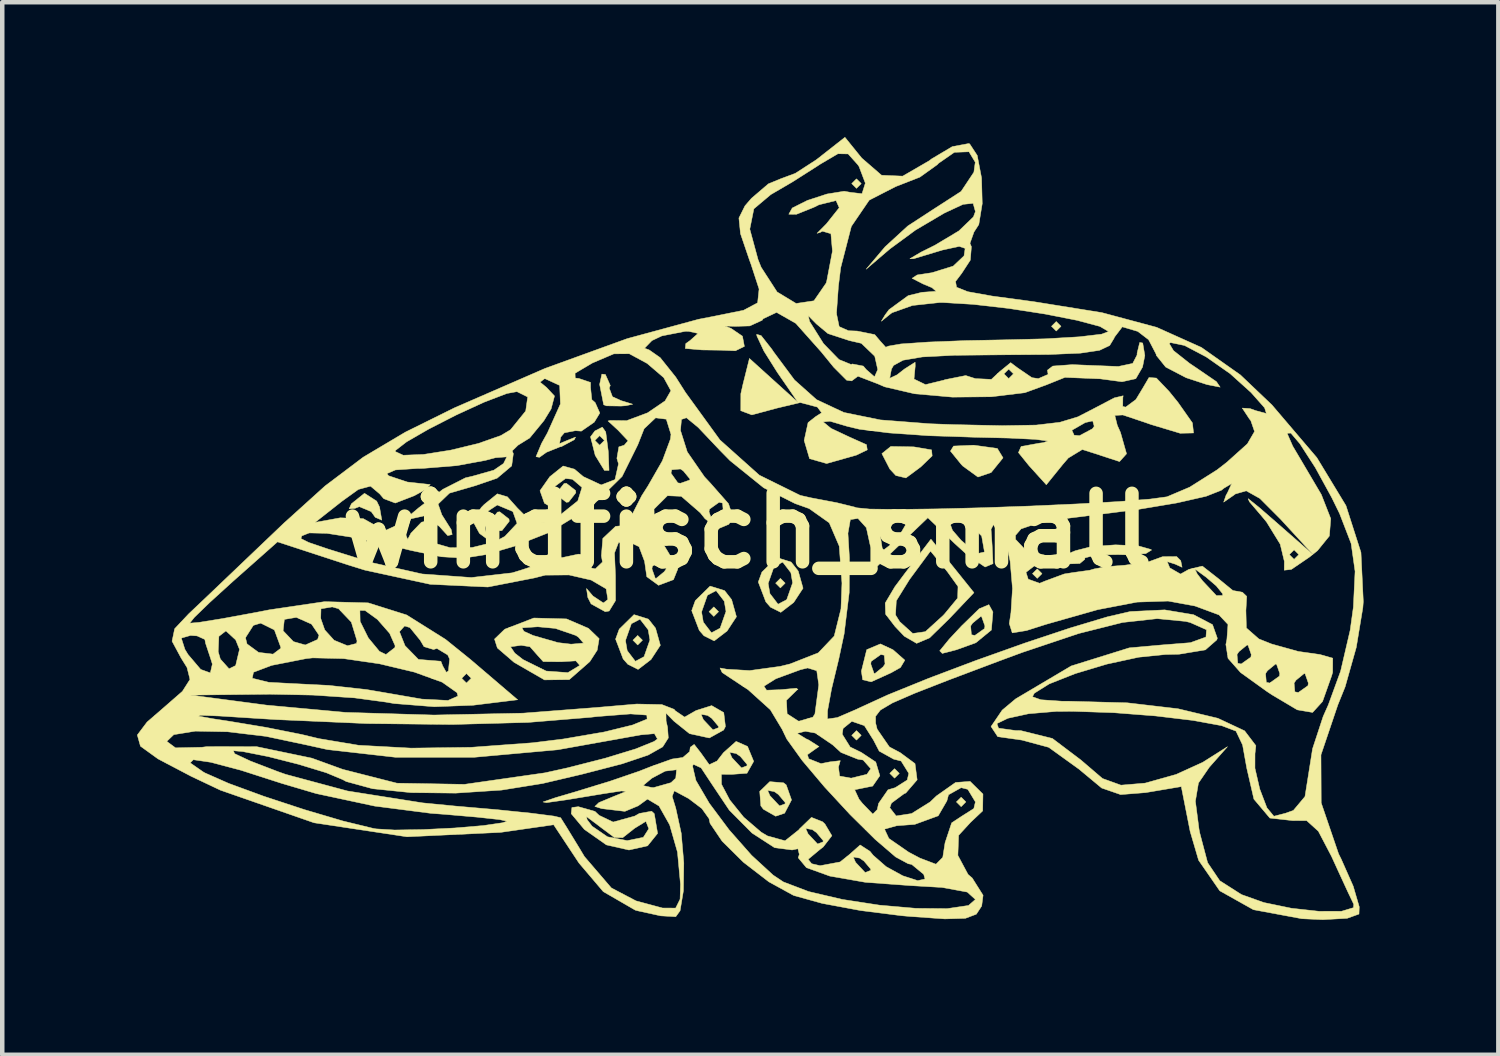
<source format=kicad_pcb>
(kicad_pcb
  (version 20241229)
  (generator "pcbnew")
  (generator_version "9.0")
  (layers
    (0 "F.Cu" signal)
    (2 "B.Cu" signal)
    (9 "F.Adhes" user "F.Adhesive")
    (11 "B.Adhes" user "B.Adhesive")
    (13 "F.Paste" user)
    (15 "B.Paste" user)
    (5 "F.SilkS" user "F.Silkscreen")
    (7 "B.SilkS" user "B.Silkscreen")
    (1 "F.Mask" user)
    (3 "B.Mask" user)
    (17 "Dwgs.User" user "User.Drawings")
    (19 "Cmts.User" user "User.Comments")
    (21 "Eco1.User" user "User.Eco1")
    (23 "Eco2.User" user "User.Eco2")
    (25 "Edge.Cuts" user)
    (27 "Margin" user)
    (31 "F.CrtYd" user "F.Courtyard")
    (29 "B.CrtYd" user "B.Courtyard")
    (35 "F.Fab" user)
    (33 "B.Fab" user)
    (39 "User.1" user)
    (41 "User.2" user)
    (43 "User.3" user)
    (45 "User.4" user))
  (footprint "windfisch_small"
    (layer "F.Cu")
    (at 13.573 8.761)
    (property "Reference" "windfisch_small" (at 0 0 0) (layer "F.SilkS") (effects (font (size 1.524 1.524) (thickness 0.3))))
    (attr through_hole)
    (fp_poly (pts (xy -2.328 2.434) (xy -2.434 2.54) (xy -2.54 2.434) (xy -2.434 2.328) (xy -2.328 2.434)) (stroke (width 0.01) (type solid)) (fill yes) (layer "F.SilkS"))
    (fp_poly (pts (xy -0.635 1.799) (xy -0.741 1.905) (xy -0.847 1.799) (xy -0.741 1.693) (xy -0.635 1.799)) (stroke (width 0.01) (type solid)) (fill yes) (layer "F.SilkS"))
    (fp_poly (pts (xy 0.847 1.164) (xy 0.741 1.27) (xy 0.635 1.164) (xy 0.741 1.058) (xy 0.847 1.164)) (stroke (width 0.01) (type solid)) (fill yes) (layer "F.SilkS"))
    (fp_poly (pts (xy 2.54 -7.726) (xy 2.434 -7.62) (xy 2.328 -7.726) (xy 2.434 -7.832) (xy 2.54 -7.726)) (stroke (width 0.01) (type solid)) (fill yes) (layer "F.SilkS"))
    (fp_poly (pts (xy 2.54 4.551) (xy 2.434 4.657) (xy 2.328 4.551) (xy 2.434 4.445) (xy 2.54 4.551)) (stroke (width 0.01) (type solid)) (fill yes) (layer "F.SilkS"))
    (fp_poly (pts (xy 3.387 5.397) (xy 3.281 5.503) (xy 3.175 5.397) (xy 3.281 5.292) (xy 3.387 5.397)) (stroke (width 0.01) (type solid)) (fill yes) (layer "F.SilkS"))
    (fp_poly (pts (xy 4.868 6.032) (xy 4.763 6.138) (xy 4.657 6.032) (xy 4.763 5.927) (xy 4.868 6.032)) (stroke (width 0.01) (type solid)) (fill yes) (layer "F.SilkS"))
    (fp_poly (pts (xy 6.562 0.953) (xy 6.456 1.058) (xy 6.35 0.953) (xy 6.456 0.847) (xy 6.562 0.953)) (stroke (width 0.01) (type solid)) (fill yes) (layer "F.SilkS"))
    (fp_poly (pts (xy 6.985 -4.551) (xy 6.879 -4.445) (xy 6.773 -4.551) (xy 6.879 -4.657) (xy 6.985 -4.551)) (stroke (width 0.01) (type solid)) (fill yes) (layer "F.SilkS"))
    (fp_poly (pts (xy -5.298 -0.262) (xy -5.292 -0.212) (xy -5.453 -0.006) (xy -5.503 0) (xy -5.709 -0.161) (xy -5.715 -0.212) (xy -5.554 -0.417) (xy -5.503 -0.423) (xy -5.298 -0.262)) (stroke (width 0.01) (type solid)) (fill yes) (layer "F.SilkS"))
    (fp_poly (pts (xy -3.816 -0.897) (xy -3.81 -0.847) (xy -3.971 -0.641) (xy -4.022 -0.635) (xy -4.227 -0.796) (xy -4.233 -0.847) (xy -4.072 -1.052) (xy -4.022 -1.058) (xy -3.816 -0.897)) (stroke (width 0.01) (type solid)) (fill yes) (layer "F.SilkS"))
    (fp_poly (pts (xy 3.71 -1.868) (xy 4.105 -1.801) (xy 4.118 -1.667) (xy 3.865 -1.423) (xy 3.534 -1.177) (xy 3.31 -1.23) (xy 3.175 -1.376) (xy 2.999 -1.718) (xy 3.197 -1.877) (xy 3.71 -1.868)) (stroke (width 0.01) (type solid)) (fill yes) (layer "F.SilkS"))
    (fp_poly (pts (xy -8.242 -0.661) (xy -8.178 -0.529) (xy -8.128 -0.238) (xy -8.273 -0.3) (xy -8.363 -0.427) (xy -8.628 -0.538) (xy -8.726 -0.5) (xy -8.855 -0.49) (xy -8.804 -0.602) (xy -8.513 -0.835) (xy -8.242 -0.661)) (stroke (width 0.01) (type solid)) (fill yes) (layer "F.SilkS"))
    (fp_poly (pts (xy 5.568 -1.833) (xy 5.695 -1.624) (xy 5.43 -1.297) (xy 5.137 -1.197) (xy 4.799 -1.442) (xy 4.762 -1.482) (xy 4.525 -1.774) (xy 4.594 -1.886) (xy 5.027 -1.905) (xy 5.047 -1.905) (xy 5.568 -1.833)) (stroke (width 0.01) (type solid)) (fill yes) (layer "F.SilkS"))
    (fp_poly (pts (xy -3.153 -3.479) (xy -3.044 -3.235) (xy -3.068 -3.176) (xy -2.996 -2.984) (xy -2.807 -2.898) (xy -2.546 -2.817) (xy -2.696 -2.784) (xy -2.805 -2.776) (xy -3.128 -2.781) (xy -3.191 -2.805) (xy -3.281 -3.258) (xy -3.231 -3.487) (xy -3.153 -3.479)) (stroke (width 0.01) (type solid)) (fill yes) (layer "F.SilkS"))
    (fp_poly (pts (xy -3.145 -2.199) (xy -3.091 -1.787) (xy -3.087 -1.746) (xy -3.072 -1.344) (xy -3.174 -1.344) (xy -3.38 -1.68) (xy -3.463 -2.011) (xy -3.387 -2.011) (xy -3.281 -1.905) (xy -3.175 -2.011) (xy -3.281 -2.117) (xy -3.387 -2.011) (xy -3.463 -2.011) (xy -3.484 -2.092) (xy -3.387 -2.222) (xy -3.221 -2.307) (xy -3.145 -2.199)) (stroke (width 0.01) (type solid)) (fill yes) (layer "F.SilkS"))
    (fp_poly (pts (xy 0.812 5.607) (xy 0.871 5.654) (xy 0.989 5.988) (xy 0.835 6.283) (xy 0.635 6.35) (xy 0.364 6.196) (xy 0.306 6.12) (xy 0.281 5.797) (xy 0.304 5.776) (xy 0.457 5.776) (xy 0.509 5.894) (xy 0.722 6.121) (xy 0.845 6.075) (xy 0.847 6.045) (xy 0.696 5.866) (xy 0.602 5.801) (xy 0.457 5.776) (xy 0.304 5.776) (xy 0.505 5.581) (xy 0.812 5.607)) (stroke (width 0.01) (type solid)) (fill yes) (layer "F.SilkS"))
    (fp_poly (pts (xy 11.398 -0.516) (xy 11.748 -0.212) (xy 12.588 0.524) (xy 12.51 0.586) (xy 12.109 0.859) (xy 11.952 0.876) (xy 11.954 0.679) (xy 11.918 0.529) (xy 12.065 0.529) (xy 12.171 0.635) (xy 12.277 0.529) (xy 12.171 0.423) (xy 12.065 0.529) (xy 11.918 0.529) (xy 11.862 0.297) (xy 11.558 -0.197) (xy 11.458 -0.318) (xy 11.177 -0.647) (xy 11.149 -0.716) (xy 11.398 -0.516)) (stroke (width 0.01) (type solid)) (fill yes) (layer "F.SilkS"))
    (fp_poly (pts (xy 3.247 2.647) (xy 3.51 2.878) (xy 3.413 3.041) (xy 3.206 3.158) (xy 2.761 3.36) (xy 2.572 3.314) (xy 2.543 3.122) (xy 2.583 2.963) (xy 2.752 2.963) (xy 2.824 3.169) (xy 2.845 3.175) (xy 3.026 3.027) (xy 3.069 2.963) (xy 3.052 2.768) (xy 2.976 2.752) (xy 2.76 2.905) (xy 2.752 2.963) (xy 2.583 2.963) (xy 2.662 2.644) (xy 2.966 2.516) (xy 3.247 2.647)) (stroke (width 0.01) (type solid)) (fill yes) (layer "F.SilkS"))
    (fp_poly (pts (xy -2.195 1.965) (xy -2.037 2.166) (xy -1.93 2.547) (xy -2.138 2.864) (xy -2.425 3.084) (xy -2.653 2.97) (xy -2.758 2.85) (xy -2.914 2.44) (xy -2.706 2.44) (xy -2.667 2.667) (xy -2.486 2.903) (xy -2.293 2.801) (xy -2.162 2.428) (xy -2.201 2.201) (xy -2.382 1.966) (xy -2.575 2.067) (xy -2.706 2.44) (xy -2.914 2.44) (xy -2.926 2.41) (xy -2.845 2.188) (xy -2.516 1.865) (xy -2.195 1.965)) (stroke (width 0.01) (type solid)) (fill yes) (layer "F.SilkS"))
    (fp_poly (pts (xy -0.501 1.33) (xy -0.344 1.531) (xy -0.237 1.912) (xy -0.445 2.229) (xy -0.732 2.449) (xy -0.96 2.335) (xy -1.064 2.215) (xy -1.221 1.805) (xy -1.013 1.805) (xy -0.974 2.032) (xy -0.793 2.268) (xy -0.6 2.166) (xy -0.469 1.793) (xy -0.508 1.566) (xy -0.689 1.331) (xy -0.882 1.432) (xy -1.013 1.805) (xy -1.221 1.805) (xy -1.232 1.775) (xy -1.152 1.553) (xy -0.823 1.23) (xy -0.501 1.33)) (stroke (width 0.01) (type solid)) (fill yes) (layer "F.SilkS"))
    (fp_poly (pts (xy 0.98 0.695) (xy 1.138 0.896) (xy 1.245 1.277) (xy 1.037 1.594) (xy 0.75 1.814) (xy 0.522 1.7) (xy 0.417 1.58) (xy 0.261 1.17) (xy 0.469 1.17) (xy 0.508 1.397) (xy 0.689 1.633) (xy 0.882 1.531) (xy 1.013 1.158) (xy 0.974 0.931) (xy 0.793 0.696) (xy 0.6 0.797) (xy 0.469 1.17) (xy 0.261 1.17) (xy 0.249 1.14) (xy 0.33 0.918) (xy 0.659 0.595) (xy 0.98 0.695)) (stroke (width 0.01) (type solid)) (fill yes) (layer "F.SilkS"))
    (fp_poly (pts (xy 5.47 1.806) (xy 5.436 2.207) (xy 5.091 2.49) (xy 4.657 2.647) (xy 4.343 2.728) (xy 4.286 2.67) (xy 4.498 2.41) (xy 4.763 2.126) (xy 4.772 2.117) (xy 4.974 2.117) (xy 4.991 2.312) (xy 5.068 2.328) (xy 5.283 2.175) (xy 5.292 2.117) (xy 5.219 1.911) (xy 5.198 1.905) (xy 5.018 2.053) (xy 4.974 2.117) (xy 4.772 2.117) (xy 5.166 1.733) (xy 5.38 1.643) (xy 5.47 1.806)) (stroke (width 0.01) (type solid)) (fill yes) (layer "F.SilkS"))
    (fp_poly (pts (xy 4.57 0.781) (xy 5.048 1.376) (xy 4.495 1.958) (xy 4.061 2.382) (xy 3.772 2.504) (xy 3.498 2.345) (xy 3.293 2.13) (xy 3.095 1.872) (xy 3.303 1.872) (xy 3.397 2.023) (xy 3.685 2.283) (xy 3.966 2.244) (xy 4.362 1.884) (xy 4.392 1.852) (xy 4.685 1.497) (xy 4.693 1.239) (xy 4.459 0.913) (xy 4.081 0.45) (xy 3.613 1.084) (xy 3.32 1.557) (xy 3.303 1.872) (xy 3.095 1.872) (xy 3.082 1.856) (xy 3.073 1.607) (xy 3.289 1.243) (xy 3.506 0.953) (xy 4.091 0.186) (xy 4.57 0.781)) (stroke (width 0.01) (type solid)) (fill yes) (layer "F.SilkS"))
    (fp_poly (pts (xy -3.385 6.243) (xy -3.292 6.331) (xy -2.981 6.48) (xy -2.5 6.347) (xy -2.396 6.288) (xy -2.124 6.239) (xy -2.065 6.294) (xy -1.991 6.732) (xy -2.214 7.009) (xy -2.628 7.102) (xy -3.131 6.988) (xy -3.619 6.645) (xy -3.629 6.634) (xy -3.859 6.358) (xy -3.574 6.358) (xy -3.559 6.427) (xy -3.449 6.572) (xy -3.106 6.808) (xy -2.669 6.893) (xy -2.309 6.82) (xy -2.187 6.629) (xy -2.251 6.464) (xy -2.502 6.618) (xy -2.767 6.827) (xy -2.952 6.824) (xy -3.26 6.594) (xy -3.301 6.562) (xy -3.574 6.358) (xy -3.859 6.358) (xy -3.913 6.294) (xy -3.898 6.156) (xy -3.754 6.138) (xy -3.385 6.243)) (stroke (width 0.01) (type solid)) (fill yes) (layer "F.SilkS"))
    (fp_poly (pts (xy -4.018 1.96) (xy -3.529 2.17) (xy -3.292 2.399) (xy -3.335 2.656) (xy -3.5 2.911) (xy -3.957 3.311) (xy -4.508 3.317) (xy -5.182 2.928) (xy -5.184 2.927) (xy -5.556 2.607) (xy -5.565 2.58) (xy -5.264 2.58) (xy -5.168 2.722) (xy -4.987 2.864) (xy -4.471 3.12) (xy -3.987 3.155) (xy -3.723 2.994) (xy -3.81 2.893) (xy -4.134 2.913) (xy -4.536 2.91) (xy -4.657 2.776) (xy -4.831 2.579) (xy -5.027 2.547) (xy -5.264 2.58) (xy -5.565 2.58) (xy -5.62 2.409) (xy -5.41 2.206) (xy -5.384 2.186) (xy -5.31 2.158) (xy -5.009 2.158) (xy -4.966 2.236) (xy -4.763 2.328) (xy -4.205 2.488) (xy -3.916 2.522) (xy -3.639 2.499) (xy -3.752 2.367) (xy -3.81 2.328) (xy -4.267 2.171) (xy -4.657 2.135) (xy -5.009 2.158) (xy -5.31 2.158) (xy -4.745 1.94) (xy -4.018 1.96)) (stroke (width 0.01) (type solid)) (fill yes) (layer "F.SilkS"))
    (fp_poly (pts (xy 0.312 -4.344) (xy 0.551 -4.04) (xy 0.588 -3.984) (xy 1.055 -3.356) (xy 1.547 -2.918) (xy 2.153 -2.634) (xy 2.964 -2.468) (xy 4.072 -2.382) (xy 4.602 -2.363) (xy 5.678 -2.34) (xy 6.431 -2.353) (xy 6.959 -2.415) (xy 7.362 -2.537) (xy 7.739 -2.732) (xy 7.743 -2.734) (xy 8.17 -2.958) (xy 8.368 -3.005) (xy 8.361 -2.964) (xy 8.359 -2.768) (xy 8.422 -2.752) (xy 8.651 -2.921) (xy 8.805 -3.176) (xy 8.943 -3.411) (xy 9.107 -3.399) (xy 9.39 -3.102) (xy 9.587 -2.859) (xy 9.909 -2.401) (xy 9.934 -2.177) (xy 9.635 -2.171) (xy 8.984 -2.367) (xy 8.856 -2.412) (xy 8.361 -2.578) (xy 8.182 -2.568) (xy 8.237 -2.348) (xy 8.308 -2.19) (xy 8.443 -1.714) (xy 8.287 -1.541) (xy 7.851 -1.683) (xy 7.841 -1.688) (xy 7.458 -1.809) (xy 7.147 -1.62) (xy 7.024 -1.477) (xy 6.658 -1.025) (xy 6.273 -1.45) (xy 6.038 -1.741) (xy 6.098 -1.877) (xy 6.512 -1.952) (xy 6.595 -1.962) (xy 6.69 -1.999) (xy 6.415 -2.035) (xy 5.824 -2.064) (xy 5.041 -2.083) (xy 4.046 -2.116) (xy 3.161 -2.178) (xy 2.677 -2.238) (xy 7.227 -2.238) (xy 7.277 -2.128) (xy 7.396 -2.117) (xy 7.683 -2.27) (xy 7.724 -2.326) (xy 7.69 -2.446) (xy 7.525 -2.409) (xy 7.227 -2.238) (xy 2.677 -2.238) (xy 2.501 -2.26) (xy 2.236 -2.323) (xy 1.844 -2.439) (xy 1.693 -2.424) (xy 1.867 -2.28) (xy 2.275 -2.088) (xy 2.657 -1.917) (xy 2.674 -1.801) (xy 2.434 -1.685) (xy 1.77 -1.497) (xy 1.39 -1.605) (xy 1.27 -2.011) (xy 1.357 -2.408) (xy 1.524 -2.54) (xy 1.659 -2.626) (xy 1.564 -2.754) (xy 1.183 -2.854) (xy 0.664 -2.73) (xy 0.106 -2.58) (xy -0.14 -2.672) (xy -0.139 -3.051) (xy -0.09 -3.268) (xy 0.052 -3.835) (xy 0.593 -3.346) (xy 1.134 -2.857) (xy 0.673 -3.525) (xy 0.374 -4.001) (xy 0.219 -4.333) (xy 0.213 -4.372) (xy 0.312 -4.344)) (stroke (width 0.01) (type solid)) (fill yes) (layer "F.SilkS"))
    (fp_poly (pts (xy 2.551 -8.294) (xy 2.992 -7.912) (xy 3.462 -7.892) (xy 4.054 -8.235) (xy 4.105 -8.275) (xy 4.566 -8.549) (xy 4.93 -8.617) (xy 4.952 -8.61) (xy 5.121 -8.352) (xy 5.217 -7.851) (xy 5.232 -7.28) (xy 5.156 -6.815) (xy 5.048 -6.648) (xy 4.959 -6.398) (xy 4.991 -6.322) (xy 4.967 -6.023) (xy 4.776 -5.73) (xy 4.638 -5.548) (xy 4.661 -5.42) (xy 4.91 -5.321) (xy 5.45 -5.224) (xy 6.345 -5.103) (xy 6.351 -5.103) (xy 7.894 -4.855) (xy 9.113 -4.528) (xy 10.108 -4.081) (xy 10.976 -3.469) (xy 11.679 -2.8) (xy 12.677 -1.629) (xy 13.325 -0.561) (xy 13.659 0.481) (xy 13.711 1.574) (xy 13.701 1.709) (xy 13.555 2.592) (xy 13.307 3.47) (xy 13.144 3.874) (xy 12.769 4.984) (xy 12.774 6.053) (xy 13.161 7.187) (xy 13.219 7.303) (xy 13.487 7.908) (xy 13.621 8.367) (xy 13.615 8.527) (xy 13.352 8.622) (xy 12.808 8.652) (xy 12.346 8.631) (xy 11.266 8.43) (xy 10.517 8.01) (xy 10.046 7.329) (xy 9.858 6.688) (xy 9.661 5.691) (xy 8.867 5.825) (xy 8.312 5.869) (xy 7.89 5.723) (xy 7.403 5.318) (xy 7.392 5.308) (xy 6.711 4.817) (xy 6.119 4.657) (xy 5.577 4.58) (xy 5.428 4.354) (xy 5.473 4.289) (xy 5.559 4.289) (xy 5.595 4.391) (xy 5.971 4.443) (xy 6.089 4.445) (xy 6.793 4.62) (xy 7.427 5.099) (xy 7.908 5.511) (xy 8.319 5.659) (xy 8.854 5.614) (xy 8.863 5.612) (xy 9.547 5.42) (xy 10.142 5.149) (xy 10.16 5.137) (xy 10.689 4.803) (xy 10.284 5.261) (xy 10.043 5.612) (xy 9.975 6.016) (xy 10.056 6.64) (xy 10.072 6.723) (xy 10.247 7.384) (xy 10.517 7.785) (xy 10.995 8.09) (xy 11.007 8.096) (xy 11.499 8.271) (xy 12.112 8.398) (xy 12.727 8.466) (xy 13.226 8.465) (xy 13.492 8.385) (xy 13.498 8.308) (xy 13.367 8.034) (xy 13.131 7.522) (xy 13.004 7.244) (xy 12.711 6.684) (xy 12.45 6.447) (xy 12.142 6.448) (xy 11.632 6.391) (xy 11.277 5.97) (xy 11.118 5.281) (xy 11.025 4.765) (xy 10.878 4.456) (xy 10.558 4.335) (xy 9.925 4.219) (xy 9.089 4.119) (xy 8.161 4.047) (xy 7.251 4.016) (xy 6.879 4.018) (xy 6.263 4.07) (xy 5.802 4.171) (xy 5.559 4.289) (xy 5.473 4.289) (xy 5.676 3.99) (xy 5.976 3.739) (xy 7.212 3.007) (xy 8.503 2.604) (xy 9.221 2.54) (xy 9.863 2.489) (xy 10.21 2.363) (xy 10.222 2.201) (xy 9.859 2.04) (xy 9.756 2.015) (xy 9.125 1.954) (xy 8.355 2.039) (xy 7.378 2.285) (xy 6.12 2.707) (xy 5.609 2.896) (xy 4.499 3.314) (xy 3.728 3.615) (xy 3.235 3.829) (xy 2.965 3.989) (xy 2.859 4.128) (xy 2.86 4.278) (xy 2.894 4.413) (xy 3.166 4.808) (xy 3.406 4.935) (xy 3.736 5.179) (xy 3.784 5.541) (xy 3.532 5.833) (xy 3.493 5.85) (xy 3.212 6.058) (xy 3.175 6.161) (xy 3.317 6.344) (xy 3.66 6.291) (xy 4.073 6.033) (xy 4.213 5.899) (xy 4.639 5.599) (xy 4.962 5.575) (xy 5.248 5.857) (xy 5.242 6.232) (xy 4.974 6.485) (xy 4.707 6.775) (xy 4.69 7.222) (xy 4.917 7.646) (xy 5.009 7.725) (xy 5.251 8.109) (xy 5.22 8.348) (xy 5.101 8.53) (xy 4.858 8.622) (xy 4.399 8.635) (xy 3.631 8.581) (xy 3.439 8.564) (xy 2.527 8.449) (xy 1.673 8.29) (xy 1.055 8.119) (xy 1.028 8.109) (xy 0.484 7.81) (xy -0.082 7.374) (xy -0.556 6.905) (xy -0.824 6.508) (xy -0.847 6.403) (xy -1.006 6.18) (xy -1.3 5.957) (xy -1.62 5.785) (xy -1.667 5.909) (xy -1.587 6.171) (xy -1.465 6.73) (xy -1.408 7.389) (xy -1.417 8.01) (xy -1.491 8.453) (xy -1.587 8.586) (xy -1.922 8.567) (xy -2.447 8.452) (xy -2.488 8.44) (xy -3.2 8.028) (xy -3.741 7.391) (xy -4.304 6.54) (xy -5.486 6.71) (xy -7.567 6.808) (xy -9.636 6.496) (xy -11.718 5.771) (xy -12.368 5.463) (xy -12.939 5.163) (xy -12.391 5.163) (xy -12.104 5.363) (xy -12.06 5.388) (xy -11.534 5.62) (xy -10.748 5.908) (xy -9.851 6.203) (xy -8.991 6.457) (xy -8.317 6.621) (xy -8.255 6.632) (xy -7.842 6.657) (xy -7.213 6.647) (xy -6.508 6.612) (xy -5.869 6.558) (xy -5.438 6.495) (xy -5.341 6.461) (xy -5.509 6.425) (xy -6.005 6.371) (xy -6.735 6.308) (xy -7.034 6.286) (xy -8.285 6.125) (xy -9.588 5.846) (xy -10.356 5.619) (xy -11.263 5.327) (xy -11.932 5.15) (xy -12.321 5.093) (xy -12.391 5.163) (xy -12.939 5.163) (xy -13.108 5.074) (xy -13.498 4.792) (xy -13.528 4.685) (xy -12.912 4.685) (xy -12.717 4.829) (xy -12.133 4.816) (xy -12.012 4.801) (xy -10.91 4.803) (xy -9.685 5.058) (xy -8.996 5.308) (xy -7.792 5.615) (xy -6.288 5.641) (xy -4.5 5.385) (xy -3.997 5.274) (xy -3.155 5.059) (xy -2.478 4.852) (xy -2.068 4.686) (xy -1.995 4.631) (xy -2.061 4.513) (xy -2.364 4.54) (xy -4.217 4.872) (xy -6.074 5.039) (xy -7.82 5.039) (xy -9.338 4.867) (xy -9.808 4.763) (xy -10.707 4.573) (xy -11.56 4.471) (xy -12.275 4.457) (xy -12.756 4.535) (xy -12.912 4.685) (xy -13.528 4.685) (xy -13.568 4.543) (xy -13.351 4.255) (xy -13.198 4.123) (xy -12.206 4.123) (xy -11.889 4.181) (xy -11.536 4.235) (xy -10.7 4.374) (xy -9.913 4.531) (xy -9.525 4.624) (xy -8.646 4.771) (xy -7.476 4.835) (xy -6.143 4.817) (xy -4.771 4.716) (xy -4.083 4.631) (xy -3.176 4.475) (xy -2.549 4.321) (xy -2.225 4.189) (xy -2.231 4.1) (xy -2.592 4.074) (xy -3.334 4.132) (xy -3.493 4.15) (xy -4.87 4.263) (xy -6.562 4.309) (xy -8.465 4.288) (xy -10.477 4.2) (xy -10.901 4.174) (xy -11.731 4.121) (xy -12.16 4.104) (xy -12.206 4.123) (xy -13.198 4.123) (xy -13.017 3.966) (xy -12.564 3.571) (xy -12.396 3.307) (xy -12.402 3.28) (xy -11.01 3.28) (xy -10.645 3.37) (xy -10.16 3.396) (xy -9.308 3.439) (xy -8.473 3.531) (xy -8.149 3.586) (xy -7.236 3.744) (xy -6.654 3.774) (xy -6.434 3.677) (xy -6.454 3.601) (xy -6.784 3.368) (xy -7.025 3.281) (xy -6.35 3.281) (xy -6.244 3.387) (xy -6.138 3.281) (xy -6.244 3.175) (xy -6.35 3.281) (xy -7.025 3.281) (xy -7.403 3.144) (xy -8.179 2.959) (xy -8.977 2.843) (xy -9.665 2.827) (xy -9.81 2.843) (xy -10.578 2.994) (xy -10.983 3.147) (xy -11.01 3.28) (xy -12.402 3.28) (xy -12.462 3.041) (xy -12.592 2.832) (xy -12.795 2.455) (xy -12.78 2.387) (xy -12.589 2.387) (xy -12.509 2.637) (xy -12.439 2.752) (xy -12.157 3.084) (xy -11.943 3.161) (xy -11.898 2.965) (xy -11.937 2.84) (xy -11.987 2.689) (xy -11.768 2.689) (xy -11.72 2.853) (xy -11.526 3.07) (xy -11.38 2.998) (xy -11.294 2.638) (xy -11.379 2.427) (xy -11.432 2.378) (xy -11.161 2.378) (xy -11.127 2.516) (xy -10.869 2.705) (xy -10.548 2.744) (xy -10.376 2.614) (xy -10.375 2.593) (xy -10.511 2.223) (xy -10.324 2.223) (xy -10.094 2.465) (xy -9.83 2.54) (xy -9.556 2.418) (xy -9.525 2.322) (xy -9.691 2.076) (xy -9.977 1.949) (xy -9.487 1.949) (xy -9.397 2.205) (xy -9.189 2.435) (xy -8.891 2.557) (xy -8.691 2.506) (xy -8.678 2.451) (xy -8.806 2.031) (xy -9.054 1.771) (xy -8.615 1.771) (xy -8.61 2.016) (xy -8.428 2.382) (xy -8.18 2.682) (xy -8.036 2.752) (xy -7.836 2.597) (xy -7.832 2.555) (xy -7.954 2.28) (xy -7.986 2.244) (xy -7.735 2.244) (xy -7.611 2.556) (xy -7.313 2.861) (xy -7.075 2.881) (xy -6.813 2.902) (xy -6.773 3.005) (xy -6.693 3.148) (xy -6.646 3.119) (xy -6.619 2.852) (xy -6.661 2.762) (xy -6.901 2.617) (xy -6.977 2.641) (xy -7.189 2.577) (xy -7.274 2.433) (xy -7.502 2.153) (xy -7.621 2.117) (xy -7.735 2.244) (xy -7.986 2.244) (xy -8.226 1.971) (xy -8.501 1.772) (xy -8.615 1.771) (xy -9.054 1.771) (xy -9.09 1.733) (xy -9.23 1.693) (xy -9.481 1.735) (xy -9.487 1.949) (xy -9.977 1.949) (xy -10.03 1.926) (xy -10.296 1.971) (xy -10.324 2.223) (xy -10.511 2.223) (xy -10.517 2.205) (xy -10.822 2.054) (xy -10.986 2.104) (xy -11.161 2.378) (xy -11.432 2.378) (xy -11.596 2.227) (xy -11.753 2.348) (xy -11.768 2.689) (xy -11.987 2.689) (xy -12.049 2.503) (xy -12.065 2.417) (xy -12.238 2.338) (xy -12.384 2.328) (xy -12.589 2.387) (xy -12.78 2.387) (xy -12.737 2.179) (xy -12.62 2.055) (xy -12.402 2.055) (xy -12.193 2.037) (xy -11.667 1.952) (xy -10.924 1.815) (xy -10.626 1.757) (xy -9.401 1.576) (xy -8.429 1.603) (xy -7.575 1.872) (xy -6.708 2.416) (xy -6.152 2.865) (xy -5.105 3.759) (xy -6.098 3.881) (xy -6.959 3.914) (xy -7.852 3.843) (xy -8.043 3.81) (xy -8.734 3.717) (xy -9.657 3.655) (xy -10.62 3.635) (xy -10.689 3.636) (xy -12.383 3.655) (xy -10.689 3.879) (xy -8.934 4.04) (xy -6.967 4.099) (xy -4.985 4.057) (xy -3.364 3.932) (xy -2.455 3.854) (xy -1.896 3.866) (xy -1.624 3.971) (xy -1.599 4.003) (xy -1.39 4.145) (xy -1.281 4.082) (xy -1.024 4.082) (xy -0.973 4.201) (xy -0.76 4.428) (xy -0.637 4.381) (xy -0.635 4.352) (xy -0.785 4.173) (xy -0.879 4.107) (xy -1.024 4.082) (xy -1.281 4.082) (xy -1.136 3.999) (xy -0.788 3.889) (xy -0.519 4.044) (xy -0.482 4.354) (xy -0.521 4.432) (xy -0.84 4.609) (xy -1.281 4.513) (xy -1.63 4.233) (xy -1.805 4.055) (xy -1.802 4.233) (xy -1.77 4.369) (xy -1.753 4.609) (xy -1.878 4.807) (xy -2.202 4.99) (xy -2.782 5.185) (xy -3.678 5.417) (xy -4.551 5.622) (xy -5.464 5.769) (xy -6.482 5.836) (xy -7.48 5.825) (xy -8.334 5.738) (xy -8.92 5.578) (xy -8.996 5.536) (xy -9.365 5.382) (xy -9.976 5.196) (xy -10.652 5.024) (xy -11.218 4.912) (xy -11.43 4.893) (xy -11.403 4.958) (xy -11.048 5.124) (xy -10.436 5.359) (xy -10.266 5.419) (xy -8.89 5.789) (xy -7.221 6.053) (xy -6.494 6.124) (xy -5.561 6.205) (xy -4.8 6.283) (xy -4.301 6.347) (xy -4.149 6.383) (xy -4.017 6.593) (xy -3.747 7.035) (xy -3.619 7.248) (xy -3.02 7.946) (xy -2.471 8.234) (xy -1.88 8.393) (xy -1.589 8.394) (xy -1.491 8.196) (xy -1.482 7.863) (xy -1.549 7.149) (xy -1.723 6.542) (xy -1.96 6.122) (xy -2.216 5.969) (xy -2.423 6.119) (xy -2.719 6.242) (xy -3.234 6.181) (xy -3.387 6.133) (xy -3.297 6.047) (xy -2.963 5.908) (xy -2.692 5.799) (xy -2.794 5.788) (xy -3.175 5.846) (xy -4.017 5.985) (xy -4.464 6.048) (xy -4.54 6.033) (xy -4.265 5.938) (xy -3.81 5.804) (xy -3.366 5.668) (xy -2.315 5.668) (xy -2.124 5.711) (xy -2.076 5.712) (xy -1.694 5.604) (xy -1.587 5.503) (xy -1.57 5.316) (xy -1.823 5.347) (xy -2.117 5.503) (xy -2.315 5.668) (xy -3.366 5.668) (xy -3.059 5.574) (xy -2.399 5.348) (xy -2.117 5.237) (xy -2.101 5.232) (xy -1.214 5.232) (xy -1.139 5.553) (xy -0.841 6.062) (xy -0.4 6.653) (xy 0.101 7.221) (xy 0.58 7.661) (xy 0.807 7.812) (xy 1.369 8.026) (xy 2.115 8.201) (xy 2.946 8.329) (xy 3.759 8.4) (xy 4.453 8.406) (xy 4.927 8.336) (xy 5.08 8.202) (xy 4.899 8.038) (xy 4.341 7.935) (xy 3.636 7.894) (xy 2.634 7.821) (xy 1.84 7.682) (xy 1.32 7.494) (xy 1.138 7.275) (xy 1.162 7.199) (xy 1.131 7.074) (xy 1.002 7.101) (xy 0.612 7.05) (xy 0.11 6.725) (xy -0.396 6.215) (xy -0.779 5.643) (xy -1.023 5.274) (xy -1.192 5.196) (xy -1.214 5.232) (xy -2.101 5.232) (xy -1.671 5.078) (xy -1.429 5.043) (xy -1.278 4.913) (xy -1.264 4.815) (xy -1.177 4.752) (xy -1.033 4.936) (xy -0.842 5.203) (xy -0.669 5.122) (xy -0.525 4.936) (xy -0.517 4.929) (xy -0.389 4.929) (xy -0.338 5.047) (xy -0.125 5.275) (xy -0.002 5.228) (xy 0 5.198) (xy -0.15 5.019) (xy -0.244 4.954) (xy -0.389 4.929) (xy -0.517 4.929) (xy -0.244 4.685) (xy 0.01 4.797) (xy 0.147 5.129) (xy -0.002 5.394) (xy -0.339 5.419) (xy -0.339 5.419) (xy -0.572 5.418) (xy -0.57 5.638) (xy -0.387 5.986) (xy -0.075 6.372) (xy 0.313 6.705) (xy 0.452 6.788) (xy 0.845 6.897) (xy 1.15 6.654) (xy 1.167 6.631) (xy 1.177 6.622) (xy 1.304 6.622) (xy 1.356 6.741) (xy 1.569 6.968) (xy 1.691 6.921) (xy 1.693 6.892) (xy 1.543 6.713) (xy 1.449 6.647) (xy 1.304 6.622) (xy 1.177 6.622) (xy 1.432 6.376) (xy 1.68 6.474) (xy 1.732 6.523) (xy 1.887 6.784) (xy 1.693 7.035) (xy 1.625 7.087) (xy 1.358 7.309) (xy 1.437 7.407) (xy 1.625 7.451) (xy 2.07 7.368) (xy 2.209 7.257) (xy 2.362 7.257) (xy 2.414 7.376) (xy 2.627 7.603) (xy 2.75 7.556) (xy 2.752 7.527) (xy 2.601 7.348) (xy 2.507 7.282) (xy 2.362 7.257) (xy 2.209 7.257) (xy 2.275 7.204) (xy 2.516 6.99) (xy 2.734 7.131) (xy 2.805 7.219) (xy 3.094 7.472) (xy 3.465 7.676) (xy 3.796 7.783) (xy 3.959 7.747) (xy 3.93 7.643) (xy 3.662 7.422) (xy 3.586 7.408) (xy 3.306 7.257) (xy 2.847 6.863) (xy 2.62 6.638) (xy 3.058 6.638) (xy 3.155 6.845) (xy 3.594 7.149) (xy 3.845 7.282) (xy 4.203 7.418) (xy 4.354 7.265) (xy 4.405 6.94) (xy 4.552 6.498) (xy 4.776 6.35) (xy 5.045 6.18) (xy 5.08 6.032) (xy 4.911 5.752) (xy 4.763 5.715) (xy 4.482 5.873) (xy 4.445 6.01) (xy 4.253 6.341) (xy 3.73 6.532) (xy 3.327 6.562) (xy 3.058 6.638) (xy 2.62 6.638) (xy 2.292 6.314) (xy 1.724 5.7) (xy 1.226 5.11) (xy 0.882 4.631) (xy 0.822 4.505) (xy 1.113 4.505) (xy 1.318 4.631) (xy 1.376 4.657) (xy 1.6 4.8) (xy 1.522 4.853) (xy 1.343 4.981) (xy 1.37 5.071) (xy 1.644 5.18) (xy 1.841 5.141) (xy 2.074 5.114) (xy 2.033 5.256) (xy 2.059 5.457) (xy 2.316 5.503) (xy 2.667 5.417) (xy 2.752 5.292) (xy 2.582 5.1) (xy 2.46 5.08) (xy 2.089 4.931) (xy 1.905 4.763) (xy 1.557 4.526) (xy 2.117 4.526) (xy 2.294 4.81) (xy 2.54 4.93) (xy 2.863 5.144) (xy 2.954 5.449) (xy 2.794 5.68) (xy 2.62 5.715) (xy 2.394 5.761) (xy 2.491 5.971) (xy 2.567 6.065) (xy 2.797 6.303) (xy 2.896 6.203) (xy 2.926 6.065) (xy 3.136 5.762) (xy 3.296 5.715) (xy 3.563 5.545) (xy 3.598 5.397) (xy 3.427 5.122) (xy 3.261 5.08) (xy 2.94 4.902) (xy 2.813 4.657) (xy 2.61 4.335) (xy 2.331 4.239) (xy 2.136 4.397) (xy 2.117 4.526) (xy 1.557 4.526) (xy 1.518 4.5) (xy 1.297 4.46) (xy 1.113 4.505) (xy 0.822 4.505) (xy 0.779 4.416) (xy 0.518 3.982) (xy 0.023 3.535) (xy -0.097 3.457) (xy 0.376 3.457) (xy 0.433 3.546) (xy 0.741 3.535) (xy 1.1 3.502) (xy 1.132 3.533) (xy 1.111 3.541) (xy 0.876 3.77) (xy 0.891 4.071) (xy 1.141 4.233) (xy 1.164 4.233) (xy 1.322 4.187) (xy 1.788 4.187) (xy 2.008 4.155) (xy 2.435 3.971) (xy 2.467 3.955) (xy 3.13 3.651) (xy 4.042 3.281) (xy 5.094 2.884) (xy 6.179 2.498) (xy 7.189 2.162) (xy 8.016 1.914) (xy 8.525 1.796) (xy 9.292 1.759) (xy 9.934 1.866) (xy 10.356 2.087) (xy 10.463 2.389) (xy 10.451 2.427) (xy 10.197 2.649) (xy 9.616 2.745) (xy 9.308 2.752) (xy 8.714 2.812) (xy 8.005 2.966) (xy 7.302 3.177) (xy 6.723 3.406) (xy 6.389 3.615) (xy 6.35 3.692) (xy 6.537 3.759) (xy 7.001 3.791) (xy 7.144 3.791) (xy 8.46 3.827) (xy 9.588 3.959) (xy 10.475 4.171) (xy 11.07 4.45) (xy 11.321 4.78) (xy 11.301 4.958) (xy 11.3 5.282) (xy 11.407 5.745) (xy 11.566 6.162) (xy 11.721 6.35) (xy 11.725 6.35) (xy 11.979 6.284) (xy 12.154 6.222) (xy 12.413 5.913) (xy 12.488 5.442) (xy 12.582 4.848) (xy 12.818 4.13) (xy 12.932 3.874) (xy 13.206 3.123) (xy 13.419 2.21) (xy 13.49 1.697) (xy 13.528 0.902) (xy 13.44 0.282) (xy 13.184 -0.382) (xy 13.009 -0.739) (xy 12.643 -1.407) (xy 12.3 -1.938) (xy 12.099 -2.174) (xy 12.015 -2.172) (xy 12.14 -1.886) (xy 12.317 -1.587) (xy 12.777 -0.807) (xy 12.987 -0.27) (xy 12.956 0.115) (xy 12.692 0.441) (xy 12.589 0.523) (xy 11.869 -0.26) (xy 11.41 -0.72) (xy 11.107 -0.89) (xy 10.864 -0.82) (xy 10.823 -0.789) (xy 10.604 -0.638) (xy 10.657 -0.791) (xy 10.689 -0.847) (xy 10.783 -1.051) (xy 10.612 -0.95) (xy 10.553 -0.903) (xy 10.214 -0.769) (xy 9.56 -0.62) (xy 8.698 -0.476) (xy 8.069 -0.395) (xy 7.078 -0.272) (xy 6.442 -0.161) (xy 6.096 -0.043) (xy 5.972 0.101) (xy 5.973 0.19) (xy 6.206 0.436) (xy 6.664 0.551) (xy 7.162 0.502) (xy 7.303 0.443) (xy 7.67 0.349) (xy 8.197 0.312) (xy 8.698 0.333) (xy 8.987 0.415) (xy 8.999 0.428) (xy 8.87 0.507) (xy 8.442 0.534) (xy 8.255 0.529) (xy 7.756 0.537) (xy 7.516 0.603) (xy 7.514 0.635) (xy 7.403 0.727) (xy 7.03 0.741) (xy 6.42 0.758) (xy 6.206 0.923) (xy 6.255 1.076) (xy 6.51 1.167) (xy 6.629 1.118) (xy 7.056 0.96) (xy 7.25 0.929) (xy 7.624 0.877) (xy 7.726 0.847) (xy 7.994 0.798) (xy 8.414 0.764) (xy 8.939 0.687) (xy 9.246 0.575) (xy 9.558 0.573) (xy 9.649 0.664) (xy 9.679 0.811) (xy 9.525 0.741) (xy 9.348 0.685) (xy 9.405 0.824) (xy 9.644 0.962) (xy 9.829 0.858) (xy 9.868 0.848) (xy 9.962 0.848) (xy 10.015 0.958) (xy 10.133 1.111) (xy 10.442 1.44) (xy 10.58 1.439) (xy 10.583 1.402) (xy 10.439 1.225) (xy 10.213 1.031) (xy 9.962 0.848) (xy 9.868 0.848) (xy 10.13 0.785) (xy 10.474 1.054) (xy 10.809 1.328) (xy 11.022 1.367) (xy 11.117 1.458) (xy 11.099 1.774) (xy 11.109 2.161) (xy 11.387 2.405) (xy 11.673 2.519) (xy 12.266 2.684) (xy 12.746 2.752) (xy 13.031 2.833) (xy 13.029 3.149) (xy 13.006 3.228) (xy 12.804 3.798) (xy 12.583 4.041) (xy 12.241 3.983) (xy 11.676 3.647) (xy 11.563 3.572) (xy 11.011 3.175) (xy 11.536 3.175) (xy 11.553 3.37) (xy 11.629 3.387) (xy 12.171 3.387) (xy 12.188 3.582) (xy 12.264 3.598) (xy 12.48 3.445) (xy 12.488 3.387) (xy 12.416 3.181) (xy 12.395 3.175) (xy 12.214 3.323) (xy 12.171 3.387) (xy 11.629 3.387) (xy 11.845 3.233) (xy 11.853 3.175) (xy 11.781 2.969) (xy 11.76 2.963) (xy 11.579 3.112) (xy 11.536 3.175) (xy 11.011 3.175) (xy 10.98 3.153) (xy 10.701 2.837) (xy 10.688 2.752) (xy 10.901 2.752) (xy 10.918 2.947) (xy 10.994 2.963) (xy 11.21 2.81) (xy 11.218 2.752) (xy 11.146 2.546) (xy 11.125 2.54) (xy 10.944 2.688) (xy 10.901 2.752) (xy 10.688 2.752) (xy 10.653 2.529) (xy 10.676 2.413) (xy 10.7 2.083) (xy 10.499 1.87) (xy 9.978 1.677) (xy 9.958 1.671) (xy 9.368 1.563) (xy 8.678 1.586) (xy 7.802 1.754) (xy 6.654 2.08) (xy 6.217 2.219) (xy 5.9 2.271) (xy 5.834 2.063) (xy 5.871 1.82) (xy 5.905 1.285) (xy 5.853 0.677) (xy 5.739 0.14) (xy 5.589 -0.178) (xy 5.523 -0.212) (xy 5.428 -0.035) (xy 5.452 0.318) (xy 5.472 0.731) (xy 5.296 0.805) (xy 4.903 0.54) (xy 4.615 0.278) (xy 4.139 -0.179) (xy 4.509 -0.179) (xy 4.569 -0.013) (xy 4.764 0.213) (xy 5.113 0.509) (xy 5.282 0.471) (xy 5.219 0.115) (xy 4.924 -0.171) (xy 4.736 -0.212) (xy 4.509 -0.179) (xy 4.139 -0.179) (xy 4.022 -0.291) (xy 3.387 0.318) (xy 2.752 0.926) (xy 2.752 0.38) (xy 2.692 0.106) (xy 2.963 0.106) (xy 3.007 0.388) (xy 3.043 0.423) (xy 3.226 0.283) (xy 3.387 0.106) (xy 3.534 -0.145) (xy 3.34 -0.211) (xy 3.307 -0.212) (xy 3.01 -0.053) (xy 2.963 0.106) (xy 2.692 0.106) (xy 2.653 -0.07) (xy 2.467 -0.276) (xy 2.298 -0.25) (xy 2.244 0.054) (xy 2.277 0.601) (xy 2.272 1.374) (xy 2.159 2.294) (xy 2.041 2.848) (xy 1.879 3.52) (xy 1.79 4.007) (xy 1.788 4.187) (xy 1.322 4.187) (xy 1.463 4.146) (xy 1.509 4.075) (xy 1.595 3.428) (xy 1.55 3.113) (xy 1.349 3.051) (xy 1.188 3.09) (xy 0.641 3.291) (xy 0.376 3.457) (xy -0.097 3.457) (xy -0.151 3.421) (xy -0.555 3.153) (xy -0.602 3.052) (xy -0.454 3.079) (xy 0.059 3.109) (xy 0.737 3.016) (xy 0.956 2.962) (xy 1.584 2.715) (xy 1.938 2.343) (xy 2.089 1.737) (xy 2.111 1.164) (xy 2.05 0.34) (xy 1.828 -0.178) (xy 1.381 -0.495) (xy 1.067 -0.607) (xy 0.369 -0.958) (xy -0.379 -1.561) (xy -0.609 -1.795) (xy -1.086 -2.299) (xy -1.349 -2.516) (xy -1.46 -2.479) (xy -1.482 -2.234) (xy -1.331 -1.756) (xy -0.948 -1.202) (xy -0.817 -1.062) (xy -0.414 -0.604) (xy -0.314 -0.308) (xy -0.405 -0.146) (xy -0.65 -0.043) (xy -0.938 -0.272) (xy -1.043 -0.403) (xy -1.066 -0.423) (xy -0.847 -0.423) (xy -0.774 -0.217) (xy -0.753 -0.212) (xy -0.573 -0.36) (xy -0.529 -0.423) (xy -0.546 -0.618) (xy -0.623 -0.635) (xy -0.838 -0.481) (xy -0.847 -0.423) (xy -1.066 -0.423) (xy -1.464 -0.768) (xy -1.772 -0.781) (xy -2.071 -0.483) (xy -2.056 -0.018) (xy -1.762 0.465) (xy -1.538 0.84) (xy -1.638 1.087) (xy -1.97 1.212) (xy -2.232 1.021) (xy -2.257 0.847) (xy -2.117 0.847) (xy -2.044 1.053) (xy -2.023 1.058) (xy -1.843 0.91) (xy -1.799 0.847) (xy -1.816 0.652) (xy -1.893 0.635) (xy -2.108 0.789) (xy -2.117 0.847) (xy -2.257 0.847) (xy -2.281 0.68) (xy -2.404 0.353) (xy -2.612 0.253) (xy -2.86 0.261) (xy -2.95 0.492) (xy -2.929 0.986) (xy -2.927 1.552) (xy -3.069 1.784) (xy -3.157 1.799) (xy -3.471 1.626) (xy -3.544 1.482) (xy -3.573 1.283) (xy -3.429 1.451) (xy -3.197 1.605) (xy -3.098 1.529) (xy -3.136 1.291) (xy -3.468 1.096) (xy -3.962 0.982) (xy -4.49 0.986) (xy -4.737 1.049) (xy -5.768 1.25) (xy -7.05 1.19) (xy -8.506 0.874) (xy -8.882 0.757) (xy -10.448 0.245) (xy -11.444 1.128) (xy -11.953 1.591) (xy -12.299 1.926) (xy -12.402 2.055) (xy -12.62 2.055) (xy -12.426 1.849) (xy -12.062 1.504) (xy -11.484 0.953) (xy -10.783 0.284) (xy -10.665 0.172) (xy -9.928 0.172) (xy -9.754 0.259) (xy -9.321 0.406) (xy -8.562 0.642) (xy -8.361 0.705) (xy -7.23 0.96) (xy -6.135 1.039) (xy -5.227 0.935) (xy -5.041 0.878) (xy -4.298 0.635) (xy -3.755 0.519) (xy -3.486 0.541) (xy -3.487 0.627) (xy -3.466 0.827) (xy -3.377 0.847) (xy -3.218 0.695) (xy -3.242 0.555) (xy -3.21 0.169) (xy -2.925 -0.1) (xy -2.673 -0.124) (xy -2.541 -0.125) (xy -2.578 -0.153) (xy -2.559 -0.36) (xy -2.344 -0.782) (xy -2.208 -0.995) (xy -2.043 -1.282) (xy -1.693 -1.282) (xy -1.54 -1.067) (xy -1.482 -1.058) (xy -1.276 -1.131) (xy -1.27 -1.152) (xy -1.418 -1.332) (xy -1.482 -1.376) (xy -1.677 -1.359) (xy -1.693 -1.282) (xy -2.043 -1.282) (xy -1.885 -1.558) (xy -1.706 -2.04) (xy -1.693 -2.146) (xy -1.798 -2.484) (xy -2.035 -2.514) (xy -2.291 -2.272) (xy -2.432 -1.914) (xy -2.782 -1.208) (xy -3.47 -0.534) (xy -4.408 0.038) (xy -5.185 0.345) (xy -5.815 0.53) (xy -6.302 0.607) (xy -6.803 0.577) (xy -7.477 0.437) (xy -7.914 0.33) (xy -8.702 0.157) (xy -9.292 0.065) (xy -7.603 0.065) (xy -7.552 0.191) (xy -7.48 0.053) (xy -7.245 -0.192) (xy -7.156 -0.212) (xy -7.021 -0.061) (xy -7.046 0.064) (xy -6.962 0.273) (xy -6.605 0.376) (xy -6.113 0.37) (xy -5.621 0.249) (xy -5.39 0.124) (xy -5.118 -0.166) (xy -5.209 -0.421) (xy -5.22 -0.433) (xy -5.559 -0.575) (xy -5.813 -0.407) (xy -5.824 -0.034) (xy -5.823 -0.032) (xy -5.768 0.194) (xy -5.941 0.068) (xy -5.958 0.051) (xy -6.101 -0.213) (xy -5.916 -0.518) (xy -5.851 -0.584) (xy -5.557 -0.823) (xy -5.334 -0.757) (xy -5.106 -0.502) (xy -4.808 -0.206) (xy -4.513 -0.192) (xy -4.154 -0.357) (xy -3.767 -0.666) (xy -3.673 -0.966) (xy -3.887 -1.148) (xy -4.039 -1.164) (xy -4.272 -0.992) (xy -4.306 -0.771) (xy -4.338 -0.516) (xy -4.509 -0.614) (xy -4.608 -0.893) (xy -4.39 -1.204) (xy -4.093 -1.442) (xy -3.841 -1.372) (xy -3.644 -1.206) (xy -3.245 -1.021) (xy -2.939 -1.14) (xy -2.861 -1.49) (xy -2.897 -1.613) (xy -2.853 -1.868) (xy -2.734 -1.905) (xy -2.649 -2.004) (xy -2.87 -2.238) (xy -3.094 -2.444) (xy -3.046 -2.456) (xy -2.681 -2.451) (xy -2.213 -2.626) (xy -1.825 -2.891) (xy -1.695 -3.117) (xy -1.855 -3.409) (xy -2.224 -3.725) (xy -2.621 -3.94) (xy -2.965 -3.938) (xy -3.441 -3.735) (xy -3.828 -3.506) (xy -3.824 -3.399) (xy -3.745 -3.391) (xy -3.483 -3.302) (xy -3.483 -3.19) (xy -3.455 -2.919) (xy -3.38 -2.853) (xy -3.277 -2.621) (xy -3.4 -2.418) (xy -3.688 -2.218) (xy -3.819 -2.228) (xy -4.066 -2.181) (xy -4.146 -2.087) (xy -4.174 -1.94) (xy -4.001 -2.012) (xy -3.817 -2.085) (xy -3.845 -2.027) (xy -4.137 -1.871) (xy -4.163 -1.869) (xy -4.463 -1.748) (xy -4.62 -1.636) (xy -4.697 -1.649) (xy -4.572 -1.947) (xy -4.444 -2.176) (xy -4.154 -2.822) (xy -4.17 -3.235) (xy -4.49 -3.383) (xy -4.51 -3.383) (xy -4.606 -3.308) (xy -4.462 -3.19) (xy -4.285 -3) (xy -4.361 -2.712) (xy -4.52 -2.452) (xy -4.837 -2.066) (xy -5.097 -1.905) (xy -5.097 -1.905) (xy -5.226 -1.779) (xy -5.201 -1.717) (xy -5.238 -1.444) (xy -5.562 -1.171) (xy -6.049 -1.004) (xy -6.622 -0.838) (xy -6.875 -0.595) (xy -6.792 -0.357) (xy -6.583 -0.026) (xy -6.562 0.083) (xy -6.661 0.106) (xy -6.847 -0.098) (xy -7.181 -0.334) (xy -7.487 -0.266) (xy -7.603 0.065) (xy -9.292 0.065) (xy -9.351 0.056) (xy -9.735 0.047) (xy -9.759 0.053) (xy -9.908 0.113) (xy -9.928 0.172) (xy -10.665 0.172) (xy -10.304 -0.173) (xy -10.288 -0.187) (xy -9.613 -0.187) (xy -9.052 -0.289) (xy -8.54 -0.271) (xy -8.264 -0.117) (xy -8.055 -0.005) (xy -7.74 -0.148) (xy -7.308 -0.511) (xy -6.768 -0.924) (xy -6.267 -1.179) (xy -6.115 -1.214) (xy -5.634 -1.35) (xy -5.419 -1.498) (xy -5.346 -1.646) (xy -5.598 -1.627) (xy -5.821 -1.568) (xy -6.461 -1.45) (xy -7.216 -1.389) (xy -7.344 -1.387) (xy -7.825 -1.355) (xy -8.014 -1.273) (xy -7.979 -1.226) (xy -7.561 -1.086) (xy -7.303 -1.058) (xy -7.05 -1.03) (xy -7.148 -0.921) (xy -7.408 -0.78) (xy -7.828 -0.618) (xy -8.085 -0.716) (xy -8.174 -0.821) (xy -8.379 -0.994) (xy -8.649 -0.921) (xy -9.012 -0.66) (xy -9.613 -0.187) (xy -10.288 -0.187) (xy -9.389 -0.999) (xy -8.543 -1.637) (xy -8.327 -1.766) (xy -7.832 -1.766) (xy -7.651 -1.682) (xy -7.196 -1.7) (xy -6.596 -1.795) (xy -5.98 -1.944) (xy -5.478 -2.12) (xy -5.263 -2.249) (xy -4.926 -2.666) (xy -4.882 -2.978) (xy -5.121 -3.097) (xy -5.345 -3.056) (xy -5.852 -2.862) (xy -6.472 -2.577) (xy -7.086 -2.263) (xy -7.576 -1.98) (xy -7.822 -1.79) (xy -7.832 -1.766) (xy -8.327 -1.766) (xy -7.605 -2.195) (xy -6.51 -2.737) (xy -4.501 -3.611) (xy -3.256 -4.063) (xy -2.282 -4.063) (xy -2.179 -4.025) (xy -1.934 -3.854) (xy -1.588 -3.421) (xy -1.37 -3.078) (xy -0.604 -2.022) (xy 0.273 -1.238) (xy 1.182 -0.789) (xy 1.424 -0.734) (xy 1.999 -0.625) (xy 2.394 -0.528) (xy 2.434 -0.513) (xy 2.73 -0.484) (xy 3.358 -0.477) (xy 4.225 -0.488) (xy 5.241 -0.514) (xy 6.314 -0.552) (xy 7.354 -0.599) (xy 8.268 -0.651) (xy 8.965 -0.706) (xy 9.342 -0.757) (xy 9.849 -0.972) (xy 10.458 -1.357) (xy 10.673 -1.524) (xy 11.131 -1.935) (xy 11.291 -2.21) (xy 11.208 -2.451) (xy 11.173 -2.496) (xy 11.018 -2.731) (xy 11.191 -2.72) (xy 11.319 -2.674) (xy 11.554 -2.611) (xy 11.515 -2.737) (xy 11.213 -3.078) (xy 10.748 -3.497) (xy 10.215 -3.87) (xy 9.733 -4.124) (xy 9.424 -4.188) (xy 9.391 -4.17) (xy 9.488 -4.009) (xy 9.846 -3.726) (xy 9.992 -3.628) (xy 10.443 -3.319) (xy 10.526 -3.197) (xy 10.233 -3.254) (xy 9.768 -3.407) (xy 9.314 -3.644) (xy 9.103 -3.907) (xy 9.102 -3.929) (xy 8.934 -4.252) (xy 8.693 -4.437) (xy 8.349 -4.539) (xy 8.174 -4.309) (xy 8.166 -4.286) (xy 8.067 -4.123) (xy 7.841 -4.016) (xy 7.416 -3.953) (xy 6.716 -3.923) (xy 5.683 -3.916) (xy 4.614 -3.906) (xy 3.899 -3.869) (xy 3.47 -3.796) (xy 3.259 -3.68) (xy 3.212 -3.598) (xy 3.173 -3.394) (xy 3.337 -3.471) (xy 3.499 -3.598) (xy 3.739 -3.751) (xy 3.741 -3.666) (xy 3.714 -3.377) (xy 3.97 -3.253) (xy 4.383 -3.354) (xy 4.399 -3.362) (xy 4.865 -3.455) (xy 5.079 -3.387) (xy 5.436 -3.37) (xy 5.567 -3.493) (xy 5.715 -3.493) (xy 5.821 -3.387) (xy 5.927 -3.493) (xy 5.821 -3.598) (xy 5.715 -3.493) (xy 5.567 -3.493) (xy 5.618 -3.54) (xy 5.865 -3.742) (xy 6.013 -3.63) (xy 6.338 -3.408) (xy 6.481 -3.387) (xy 6.698 -3.481) (xy 6.682 -3.574) (xy 6.802 -3.666) (xy 7.235 -3.698) (xy 7.622 -3.682) (xy 8.261 -3.657) (xy 8.58 -3.725) (xy 8.677 -3.912) (xy 8.678 -3.953) (xy 8.736 -4.191) (xy 8.803 -4.179) (xy 8.85 -3.9) (xy 8.799 -3.644) (xy 8.649 -3.385) (xy 8.343 -3.317) (xy 7.857 -3.382) (xy 7.072 -3.414) (xy 6.657 -3.247) (xy 6.179 -3.073) (xy 5.434 -2.983) (xy 4.568 -2.975) (xy 3.728 -3.049) (xy 3.062 -3.204) (xy 2.91 -3.27) (xy 2.467 -3.44) (xy 2.328 -3.336) (xy 2.216 -3.351) (xy 1.926 -3.642) (xy 1.648 -3.983) (xy 1.083 -4.617) (xy 0.783 -4.788) (xy 1.36 -4.788) (xy 1.392 -4.657) (xy 1.7 -4.166) (xy 2.045 -3.811) (xy 2.315 -3.701) (xy 2.342 -3.713) (xy 2.586 -3.666) (xy 2.652 -3.588) (xy 2.836 -3.427) (xy 2.907 -3.588) (xy 2.84 -3.886) (xy 2.542 -4.172) (xy 2.276 -4.233) (xy 1.799 -4.389) (xy 1.542 -4.604) (xy 1.36 -4.788) (xy 0.783 -4.788) (xy 0.701 -4.835) (xy 1.989 -4.835) (xy 2.049 -4.544) (xy 2.258 -4.452) (xy 2.449 -4.445) (xy 2.84 -4.366) (xy 2.963 -4.221) (xy 3.085 -4.085) (xy 3.146 -4.11) (xy 3.421 -4.158) (xy 4.025 -4.2) (xy 4.864 -4.233) (xy 5.686 -4.249) (xy 6.628 -4.272) (xy 7.391 -4.317) (xy 7.89 -4.376) (xy 8.043 -4.435) (xy 7.851 -4.548) (xy 7.345 -4.683) (xy 6.634 -4.823) (xy 5.826 -4.948) (xy 5.029 -5.039) (xy 4.352 -5.08) (xy 4.288 -5.08) (xy 3.678 -5.014) (xy 3.225 -4.853) (xy 3.175 -4.815) (xy 2.987 -4.663) (xy 3.071 -4.804) (xy 3.158 -4.921) (xy 3.585 -5.233) (xy 3.889 -5.307) (xy 4.206 -5.33) (xy 4.115 -5.41) (xy 3.916 -5.493) (xy 3.671 -5.619) (xy 3.784 -5.693) (xy 4.111 -5.743) (xy 4.586 -5.89) (xy 4.827 -6.118) (xy 4.852 -6.284) (xy 4.721 -6.329) (xy 4.351 -6.249) (xy 3.704 -6.054) (xy 3.623 -6.055) (xy 3.871 -6.201) (xy 4.18 -6.355) (xy 4.713 -6.674) (xy 5.036 -6.985) (xy 5.08 -7.104) (xy 5.029 -7.287) (xy 4.806 -7.264) (xy 4.392 -7.072) (xy 3.748 -6.692) (xy 3.177 -6.272) (xy 2.649 -5.821) (xy 3.07 -6.319) (xy 3.576 -6.783) (xy 4.127 -7.142) (xy 4.762 -7.552) (xy 5.046 -7.979) (xy 5.077 -8.202) (xy 4.937 -8.434) (xy 4.612 -8.422) (xy 4.256 -8.175) (xy 4.233 -8.148) (xy 3.845 -7.87) (xy 3.307 -7.66) (xy 2.718 -7.358) (xy 2.32 -6.774) (xy 2.083 -5.855) (xy 2.031 -5.433) (xy 1.989 -4.835) (xy 0.701 -4.835) (xy 0.656 -4.86) (xy 0.358 -4.719) (xy 0.335 -4.685) (xy 0.06 -4.559) (xy -0.26 -4.55) (xy -0.493 -4.557) (xy -0.358 -4.505) (xy -0.103 -4.331) (xy -0.06 -4.103) (xy -0.262 -4.005) (xy -0.27 -4.006) (xy -0.578 -4.019) (xy -1.005 -4.025) (xy -1.375 -4.057) (xy -1.364 -4.166) (xy -1.27 -4.233) (xy -1.091 -4.392) (xy -1.297 -4.438) (xy -1.376 -4.439) (xy -1.897 -4.337) (xy -2.117 -4.233) (xy -2.282 -4.063) (xy -3.256 -4.063) (xy -2.668 -4.276) (xy -1.08 -4.707) (xy -0.741 -4.773) (xy -0.079 -4.907) (xy 0.234 -5.073) (xy 0.267 -5.38) (xy 0.086 -5.935) (xy 0.052 -6.027) (xy -0.147 -6.612) (xy -0.157 -6.713) (xy 0.06 -6.713) (xy 0.244 -6.035) (xy 0.313 -5.864) (xy 0.668 -5.315) (xy 1.091 -5.059) (xy 1.487 -5.118) (xy 1.758 -5.511) (xy 1.772 -5.556) (xy 1.899 -6.223) (xy 1.865 -6.611) (xy 1.676 -6.667) (xy 1.63 -6.641) (xy 1.557 -6.62) (xy 1.765 -6.831) (xy 1.766 -6.832) (xy 2.05 -7.189) (xy 1.979 -7.349) (xy 1.599 -7.255) (xy 1.482 -7.197) (xy 1.098 -7.043) (xy 0.928 -7.045) (xy 1.005 -7.183) (xy 1.34 -7.351) (xy 1.777 -7.494) (xy 2.16 -7.556) (xy 2.301 -7.531) (xy 2.557 -7.501) (xy 2.631 -7.736) (xy 2.491 -8.106) (xy 2.461 -8.149) (xy 2.248 -8.386) (xy 2.021 -8.39) (xy 1.622 -8.155) (xy 1.568 -8.119) (xy 1.012 -7.765) (xy 0.533 -7.485) (xy 0.529 -7.483) (xy 0.151 -7.165) (xy 0.06 -6.713) (xy -0.157 -6.713) (xy -0.182 -6.96) (xy -0.047 -7.231) (xy 0.097 -7.398) (xy 0.473 -7.72) (xy 0.745 -7.832) (xy 1.073 -7.954) (xy 1.534 -8.252) (xy 1.589 -8.294) (xy 2.177 -8.756) (xy 2.551 -8.294)) (stroke (width 0.01) (type solid)) (fill yes) (layer "F.SilkS")))
  (gr_rect
    (start -3 -3)
    (end 30.289 20.419)
    (stroke (width 0.1) (type default))
    (fill no)
    (layer "Edge.Cuts")))
</source>
